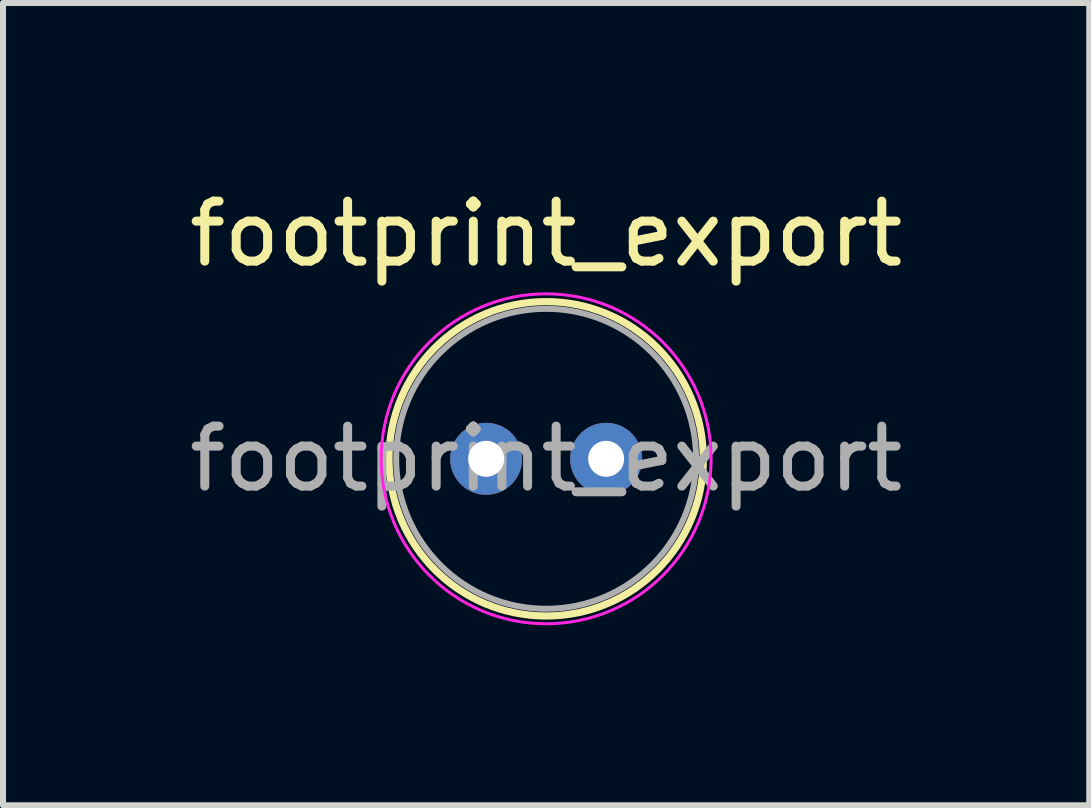
<source format=kicad_pcb>
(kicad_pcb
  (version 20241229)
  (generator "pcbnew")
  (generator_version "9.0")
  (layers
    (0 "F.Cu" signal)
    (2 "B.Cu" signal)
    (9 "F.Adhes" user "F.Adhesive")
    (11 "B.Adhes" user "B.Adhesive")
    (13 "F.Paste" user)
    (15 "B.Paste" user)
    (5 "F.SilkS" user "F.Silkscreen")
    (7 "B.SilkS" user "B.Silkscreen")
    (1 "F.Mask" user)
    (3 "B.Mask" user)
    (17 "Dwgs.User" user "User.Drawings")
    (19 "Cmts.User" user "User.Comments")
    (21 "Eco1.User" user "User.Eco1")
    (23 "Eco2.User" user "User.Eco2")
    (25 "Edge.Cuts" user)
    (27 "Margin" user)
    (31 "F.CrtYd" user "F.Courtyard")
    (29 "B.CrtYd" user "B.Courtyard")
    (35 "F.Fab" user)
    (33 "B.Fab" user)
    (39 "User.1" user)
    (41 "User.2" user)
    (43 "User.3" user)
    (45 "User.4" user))
  (footprint "footprint_export"
    (layer "F.Cu")
    (at 5.054 4.598)
    (property "Reference" "footprint_export" (at 1 -3.75 0) (layer "F.SilkS") (effects (font (size 1 1) (thickness 0.15))))
    (attr through_hole)
    (fp_circle (center 1 0) (end 3.62 0) (stroke (width 0.12) (type solid)) (fill no) (layer "F.SilkS"))
    (fp_circle (center 1 0) (end 3.75 0) (stroke (width 0.05) (type solid)) (fill no) (layer "F.CrtYd"))
    (fp_circle (center 1 0) (end 3.5 0) (stroke (width 0.1) (type solid)) (fill no) (layer "F.Fab"))
    (fp_text user "${REFERENCE}" (at 1 0 0) (layer "F.Fab") (effects (font (size 1 1) (thickness 0.15))))
    (pad "1" thru_hole circle (at 0 0) (size 1.2 1.2) (drill 0.6) (layers "*.Cu" "*.Mask"))
    (pad "2" thru_hole circle (at 2 0) (size 1.2 1.2) (drill 0.6) (layers "*.Cu" "*.Mask")))
  (gr_rect
    (start -3 -3)
    (end 15.107 10.373)
    (stroke (width 0.1) (type default))
    (fill no)
    (layer "Edge.Cuts")))
</source>
